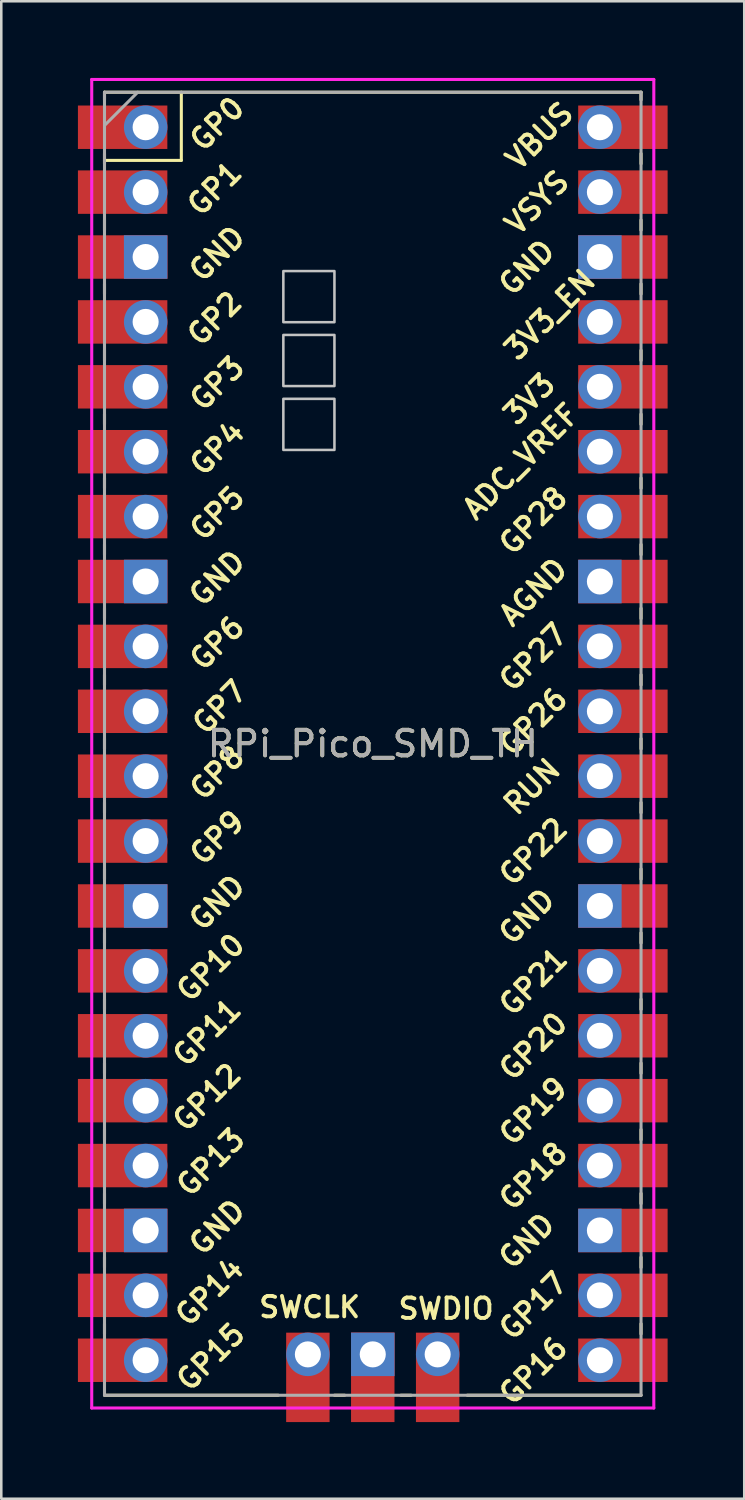
<source format=kicad_pcb>
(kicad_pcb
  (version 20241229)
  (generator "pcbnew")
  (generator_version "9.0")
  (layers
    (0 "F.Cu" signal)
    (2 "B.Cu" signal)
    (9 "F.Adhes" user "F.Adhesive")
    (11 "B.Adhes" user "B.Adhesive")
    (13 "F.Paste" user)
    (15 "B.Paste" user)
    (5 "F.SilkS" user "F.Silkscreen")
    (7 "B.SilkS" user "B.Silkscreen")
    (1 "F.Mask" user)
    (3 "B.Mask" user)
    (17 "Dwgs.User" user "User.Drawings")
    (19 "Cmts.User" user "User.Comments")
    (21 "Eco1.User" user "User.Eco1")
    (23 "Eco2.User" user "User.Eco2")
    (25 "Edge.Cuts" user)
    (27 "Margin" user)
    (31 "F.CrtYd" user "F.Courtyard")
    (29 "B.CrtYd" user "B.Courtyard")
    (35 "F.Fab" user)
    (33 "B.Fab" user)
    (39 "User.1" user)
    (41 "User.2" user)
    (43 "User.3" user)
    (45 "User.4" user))
  (footprint "RPi_Pico_SMD_TH"
    (layer "F.Cu")
    (at 11.54 26.06)
    (property "Reference" "RPi_Pico_SMD_TH" (at 0 0 180) (layer "F.SilkS") (effects (font (size 1 1) (thickness 0.15))))
    (attr through_hole)
    (fp_line (start -10.5 -25.5) (end -10.5 -25.2) (stroke (width 0.12) (type solid)) (layer "F.SilkS"))
    (fp_line (start -10.5 -25.5) (end 10.5 -25.5) (stroke (width 0.12) (type solid)) (layer "F.SilkS"))
    (fp_line (start -10.5 -23.1) (end -10.5 -22.7) (stroke (width 0.12) (type solid)) (layer "F.SilkS"))
    (fp_line (start -10.5 -22.833) (end -7.493 -22.833) (stroke (width 0.12) (type solid)) (layer "F.SilkS"))
    (fp_line (start -10.5 -20.5) (end -10.5 -20.1) (stroke (width 0.12) (type solid)) (layer "F.SilkS"))
    (fp_line (start -10.5 -18) (end -10.5 -17.6) (stroke (width 0.12) (type solid)) (layer "F.SilkS"))
    (fp_line (start -10.5 -15.4) (end -10.5 -15) (stroke (width 0.12) (type solid)) (layer "F.SilkS"))
    (fp_line (start -10.5 -12.9) (end -10.5 -12.5) (stroke (width 0.12) (type solid)) (layer "F.SilkS"))
    (fp_line (start -10.5 -10.4) (end -10.5 -10) (stroke (width 0.12) (type solid)) (layer "F.SilkS"))
    (fp_line (start -10.5 -7.8) (end -10.5 -7.4) (stroke (width 0.12) (type solid)) (layer "F.SilkS"))
    (fp_line (start -10.5 -5.3) (end -10.5 -4.9) (stroke (width 0.12) (type solid)) (layer "F.SilkS"))
    (fp_line (start -10.5 -2.7) (end -10.5 -2.3) (stroke (width 0.12) (type solid)) (layer "F.SilkS"))
    (fp_line (start -10.5 -0.2) (end -10.5 0.2) (stroke (width 0.12) (type solid)) (layer "F.SilkS"))
    (fp_line (start -10.5 2.3) (end -10.5 2.7) (stroke (width 0.12) (type solid)) (layer "F.SilkS"))
    (fp_line (start -10.5 4.9) (end -10.5 5.3) (stroke (width 0.12) (type solid)) (layer "F.SilkS"))
    (fp_line (start -10.5 7.4) (end -10.5 7.8) (stroke (width 0.12) (type solid)) (layer "F.SilkS"))
    (fp_line (start -10.5 10) (end -10.5 10.4) (stroke (width 0.12) (type solid)) (layer "F.SilkS"))
    (fp_line (start -10.5 12.5) (end -10.5 12.9) (stroke (width 0.12) (type solid)) (layer "F.SilkS"))
    (fp_line (start -10.5 15.1) (end -10.5 15.5) (stroke (width 0.12) (type solid)) (layer "F.SilkS"))
    (fp_line (start -10.5 17.6) (end -10.5 18) (stroke (width 0.12) (type solid)) (layer "F.SilkS"))
    (fp_line (start -10.5 20.1) (end -10.5 20.5) (stroke (width 0.12) (type solid)) (layer "F.SilkS"))
    (fp_line (start -10.5 22.7) (end -10.5 23.1) (stroke (width 0.12) (type solid)) (layer "F.SilkS"))
    (fp_line (start -7.493 -22.833) (end -7.493 -25.5) (stroke (width 0.12) (type solid)) (layer "F.SilkS"))
    (fp_line (start -3.7 25.5) (end -10.5 25.5) (stroke (width 0.12) (type solid)) (layer "F.SilkS"))
    (fp_line (start -1.5 25.5) (end -1.1 25.5) (stroke (width 0.12) (type solid)) (layer "F.SilkS"))
    (fp_line (start 1.1 25.5) (end 1.5 25.5) (stroke (width 0.12) (type solid)) (layer "F.SilkS"))
    (fp_line (start 10.5 -25.5) (end 10.5 -25.2) (stroke (width 0.12) (type solid)) (layer "F.SilkS"))
    (fp_line (start 10.5 -23.1) (end 10.5 -22.7) (stroke (width 0.12) (type solid)) (layer "F.SilkS"))
    (fp_line (start 10.5 -20.5) (end 10.5 -20.1) (stroke (width 0.12) (type solid)) (layer "F.SilkS"))
    (fp_line (start 10.5 -18) (end 10.5 -17.6) (stroke (width 0.12) (type solid)) (layer "F.SilkS"))
    (fp_line (start 10.5 -15.4) (end 10.5 -15) (stroke (width 0.12) (type solid)) (layer "F.SilkS"))
    (fp_line (start 10.5 -12.9) (end 10.5 -12.5) (stroke (width 0.12) (type solid)) (layer "F.SilkS"))
    (fp_line (start 10.5 -10.4) (end 10.5 -10) (stroke (width 0.12) (type solid)) (layer "F.SilkS"))
    (fp_line (start 10.5 -7.8) (end 10.5 -7.4) (stroke (width 0.12) (type solid)) (layer "F.SilkS"))
    (fp_line (start 10.5 -5.3) (end 10.5 -4.9) (stroke (width 0.12) (type solid)) (layer "F.SilkS"))
    (fp_line (start 10.5 -2.7) (end 10.5 -2.3) (stroke (width 0.12) (type solid)) (layer "F.SilkS"))
    (fp_line (start 10.5 -0.2) (end 10.5 0.2) (stroke (width 0.12) (type solid)) (layer "F.SilkS"))
    (fp_line (start 10.5 2.3) (end 10.5 2.7) (stroke (width 0.12) (type solid)) (layer "F.SilkS"))
    (fp_line (start 10.5 4.9) (end 10.5 5.3) (stroke (width 0.12) (type solid)) (layer "F.SilkS"))
    (fp_line (start 10.5 7.4) (end 10.5 7.8) (stroke (width 0.12) (type solid)) (layer "F.SilkS"))
    (fp_line (start 10.5 10) (end 10.5 10.4) (stroke (width 0.12) (type solid)) (layer "F.SilkS"))
    (fp_line (start 10.5 12.5) (end 10.5 12.9) (stroke (width 0.12) (type solid)) (layer "F.SilkS"))
    (fp_line (start 10.5 15.1) (end 10.5 15.5) (stroke (width 0.12) (type solid)) (layer "F.SilkS"))
    (fp_line (start 10.5 17.6) (end 10.5 18) (stroke (width 0.12) (type solid)) (layer "F.SilkS"))
    (fp_line (start 10.5 20.1) (end 10.5 20.5) (stroke (width 0.12) (type solid)) (layer "F.SilkS"))
    (fp_line (start 10.5 22.7) (end 10.5 23.1) (stroke (width 0.12) (type solid)) (layer "F.SilkS"))
    (fp_line (start 10.5 25.5) (end 3.7 25.5) (stroke (width 0.12) (type solid)) (layer "F.SilkS"))
    (fp_poly (pts (xy -1.5 -16.5) (xy -3.5 -16.5) (xy -3.5 -18.5) (xy -1.5 -18.5)) (stroke (width 0.1) (type solid)) (fill no) (layer "Dwgs.User"))
    (fp_poly (pts (xy -1.5 -14) (xy -3.5 -14) (xy -3.5 -16) (xy -1.5 -16)) (stroke (width 0.1) (type solid)) (fill no) (layer "Dwgs.User"))
    (fp_poly (pts (xy -1.5 -11.5) (xy -3.5 -11.5) (xy -3.5 -13.5) (xy -1.5 -13.5)) (stroke (width 0.1) (type solid)) (fill no) (layer "Dwgs.User"))
    (fp_line (start -11 -26) (end 11 -26) (stroke (width 0.12) (type solid)) (layer "F.CrtYd"))
    (fp_line (start -11 26) (end -11 -26) (stroke (width 0.12) (type solid)) (layer "F.CrtYd"))
    (fp_line (start 11 -26) (end 11 26) (stroke (width 0.12) (type solid)) (layer "F.CrtYd"))
    (fp_line (start 11 26) (end -11 26) (stroke (width 0.12) (type solid)) (layer "F.CrtYd"))
    (fp_line (start -10.5 -25.5) (end 10.5 -25.5) (stroke (width 0.12) (type solid)) (layer "F.Fab"))
    (fp_line (start -10.5 -24.2) (end -9.2 -25.5) (stroke (width 0.12) (type solid)) (layer "F.Fab"))
    (fp_line (start -10.5 25.5) (end -10.5 -25.5) (stroke (width 0.12) (type solid)) (layer "F.Fab"))
    (fp_line (start 10.5 -25.5) (end 10.5 25.5) (stroke (width 0.12) (type solid)) (layer "F.Fab"))
    (fp_line (start 10.5 25.5) (end -10.5 25.5) (stroke (width 0.12) (type solid)) (layer "F.Fab"))
    (fp_text user "GP8" (at -6.09 1.14 45) (layer "F.SilkS") (effects (font (size 0.8 0.8) (thickness 0.15))))
    (fp_text user "VBUS" (at 6.53 -23.79 45) (layer "F.SilkS") (effects (font (size 0.8 0.8) (thickness 0.15))))
    (fp_text user "GND" (at -6.09 -19.18 45) (layer "F.SilkS") (effects (font (size 0.8 0.8) (thickness 0.15))))
    (fp_text user "GP7" (at -5.99 -1.43 45) (layer "F.SilkS") (effects (font (size 0.8 0.8) (thickness 0.15))))
    (fp_text user "GP13" (at -6.344 16.38 45) (layer "F.SilkS") (effects (font (size 0.8 0.8) (thickness 0.15))))
    (fp_text user "GP2" (at -6.19 -16.64 45) (layer "F.SilkS") (effects (font (size 0.8 0.8) (thickness 0.15))))
    (fp_text user "GP11" (at -6.49 11.3 45) (layer "F.SilkS") (effects (font (size 0.8 0.8) (thickness 0.15))))
    (fp_text user "3V3_EN" (at 6.93 -16.79 45) (layer "F.SilkS") (effects (font (size 0.8 0.8) (thickness 0.15))))
    (fp_text user "GP10" (at -6.344 8.76 45) (layer "F.SilkS") (effects (font (size 0.8 0.8) (thickness 0.15))))
    (fp_text user "GP28" (at 6.284 -8.734 45) (layer "F.SilkS") (effects (font (size 0.8 0.8) (thickness 0.15))))
    (fp_text user "3V3" (at 6.13 -13.49 45) (layer "F.SilkS") (effects (font (size 0.8 0.8) (thickness 0.15))))
    (fp_text user "GP6" (at -6.09 -3.94 45) (layer "F.SilkS") (effects (font (size 0.8 0.8) (thickness 0.15))))
    (fp_text user "GP20" (at 6.284 11.84 45) (layer "F.SilkS") (effects (font (size 0.8 0.8) (thickness 0.15))))
    (fp_text user "GP4" (at -6.09 -11.56 45) (layer "F.SilkS") (effects (font (size 0.8 0.8) (thickness 0.15))))
    (fp_text user "GP0" (at -6.09 -24.26 45) (layer "F.SilkS") (effects (font (size 0.8 0.8) (thickness 0.15))))
    (fp_text user "GP5" (at -6.09 -9.02 45) (layer "F.SilkS") (effects (font (size 0.8 0.8) (thickness 0.15))))
    (fp_text user "GP27" (at 6.284 -3.39 45) (layer "F.SilkS") (effects (font (size 0.8 0.8) (thickness 0.15))))
    (fp_text user "GP1" (at -6.19 -21.73 45) (layer "F.SilkS") (effects (font (size 0.8 0.8) (thickness 0.15))))
    (fp_text user "SWCLK" (at -2.47 22.05 180) (layer "F.SilkS") (effects (font (size 0.8 0.8) (thickness 0.15))))
    (fp_text user "GP12" (at -6.49 13.84 45) (layer "F.SilkS") (effects (font (size 0.8 0.8) (thickness 0.15))))
    (fp_text user "GND" (at -6.09 18.92 45) (layer "F.SilkS") (effects (font (size 0.8 0.8) (thickness 0.15))))
    (fp_text user "GP22" (at 6.284 4.22 45) (layer "F.SilkS") (effects (font (size 0.8 0.8) (thickness 0.15))))
    (fp_text user "GND" (at 6.03 6.76 45) (layer "F.SilkS") (effects (font (size 0.8 0.8) (thickness 0.15))))
    (fp_text user "GP15" (at -6.344 24 45) (layer "F.SilkS") (effects (font (size 0.8 0.8) (thickness 0.15))))
    (fp_text user "SWDIO" (at 2.87 22.11 180) (layer "F.SilkS") (effects (font (size 0.8 0.8) (thickness 0.15))))
    (fp_text user "GP19" (at 6.284 14.38 45) (layer "F.SilkS") (effects (font (size 0.8 0.8) (thickness 0.15))))
    (fp_text user "GP16" (at 6.284 24.54 45) (layer "F.SilkS") (effects (font (size 0.8 0.8) (thickness 0.15))))
    (fp_text user "VSYS" (at 6.43 -21.18 45) (layer "F.SilkS") (effects (font (size 0.8 0.8) (thickness 0.15))))
    (fp_text user "RUN" (at 6.23 1.68 45) (layer "F.SilkS") (effects (font (size 0.8 0.8) (thickness 0.15))))
    (fp_text user "GP17" (at 6.284 22 45) (layer "F.SilkS") (effects (font (size 0.8 0.8) (thickness 0.15))))
    (fp_text user "ADC_VREF" (at 5.8 -11.05 45) (layer "F.SilkS") (effects (font (size 0.8 0.8) (thickness 0.15))))
    (fp_text user "GP14" (at -6.39 21.46 45) (layer "F.SilkS") (effects (font (size 0.8 0.8) (thickness 0.15))))
    (fp_text user "GND" (at -6.09 6.22 45) (layer "F.SilkS") (effects (font (size 0.8 0.8) (thickness 0.15))))
    (fp_text user "GP18" (at 6.284 16.92 45) (layer "F.SilkS") (effects (font (size 0.8 0.8) (thickness 0.15))))
    (fp_text user "GND" (at 6.03 19.46 45) (layer "F.SilkS") (effects (font (size 0.8 0.8) (thickness 0.15))))
    (fp_text user "GP21" (at 6.284 9.31 45) (layer "F.SilkS") (effects (font (size 0.8 0.8) (thickness 0.15))))
    (fp_text user "GP3" (at -6.09 -14.1 45) (layer "F.SilkS") (effects (font (size 0.8 0.8) (thickness 0.15))))
    (fp_text user "GP9" (at -6.09 3.68 45) (layer "F.SilkS") (effects (font (size 0.8 0.8) (thickness 0.15))))
    (fp_text user "GND" (at -6.09 -6.48 45) (layer "F.SilkS") (effects (font (size 0.8 0.8) (thickness 0.15))))
    (fp_text user "AGND" (at 6.284 -5.94 45) (layer "F.SilkS") (effects (font (size 0.8 0.8) (thickness 0.15))))
    (fp_text user "GP26" (at 6.284 -0.86 45) (layer "F.SilkS") (effects (font (size 0.8 0.8) (thickness 0.15))))
    (fp_text user "GND" (at 6.03 -18.64 45) (layer "F.SilkS") (effects (font (size 0.8 0.8) (thickness 0.15))))
    (fp_text user "${REFERENCE}" (at 0 0 0) (layer "F.Fab") (effects (font (size 1 1) (thickness 0.15))))
    (pad "1" thru_hole oval (at -8.89 -24.13) (size 1.7 1.7) (drill 1.02) (layers "*.Cu" "*.Mask"))
    (pad "1" smd rect (at -8.89 -24.13) (size 3.5 1.7) (drill (offset -0.9 0)) (layers "F.Cu" "F.Mask"))
    (pad "2" thru_hole oval (at -8.89 -21.59) (size 1.7 1.7) (drill 1.02) (layers "*.Cu" "*.Mask"))
    (pad "2" smd rect (at -8.89 -21.59) (size 3.5 1.7) (drill (offset -0.9 0)) (layers "F.Cu" "F.Mask"))
    (pad "3" thru_hole rect (at -8.89 -19.05) (size 1.7 1.7) (drill 1.02) (layers "*.Cu" "*.Mask"))
    (pad "3" smd rect (at -8.89 -19.05) (size 3.5 1.7) (drill (offset -0.9 0)) (layers "F.Cu" "F.Mask"))
    (pad "4" thru_hole oval (at -8.89 -16.51) (size 1.7 1.7) (drill 1.02) (layers "*.Cu" "*.Mask"))
    (pad "4" smd rect (at -8.89 -16.51) (size 3.5 1.7) (drill (offset -0.9 0)) (layers "F.Cu" "F.Mask"))
    (pad "5" thru_hole oval (at -8.89 -13.97) (size 1.7 1.7) (drill 1.02) (layers "*.Cu" "*.Mask"))
    (pad "5" smd rect (at -8.89 -13.97) (size 3.5 1.7) (drill (offset -0.9 0)) (layers "F.Cu" "F.Mask"))
    (pad "6" thru_hole oval (at -8.89 -11.43) (size 1.7 1.7) (drill 1.02) (layers "*.Cu" "*.Mask"))
    (pad "6" smd rect (at -8.89 -11.43) (size 3.5 1.7) (drill (offset -0.9 0)) (layers "F.Cu" "F.Mask"))
    (pad "7" thru_hole oval (at -8.89 -8.89) (size 1.7 1.7) (drill 1.02) (layers "*.Cu" "*.Mask"))
    (pad "7" smd rect (at -8.89 -8.89) (size 3.5 1.7) (drill (offset -0.9 0)) (layers "F.Cu" "F.Mask"))
    (pad "8" thru_hole rect (at -8.89 -6.35) (size 1.7 1.7) (drill 1.02) (layers "*.Cu" "*.Mask"))
    (pad "8" smd rect (at -8.89 -6.35) (size 3.5 1.7) (drill (offset -0.9 0)) (layers "F.Cu" "F.Mask"))
    (pad "9" thru_hole oval (at -8.89 -3.81) (size 1.7 1.7) (drill 1.02) (layers "*.Cu" "*.Mask"))
    (pad "9" smd rect (at -8.89 -3.81) (size 3.5 1.7) (drill (offset -0.9 0)) (layers "F.Cu" "F.Mask"))
    (pad "10" thru_hole oval (at -8.89 -1.27) (size 1.7 1.7) (drill 1.02) (layers "*.Cu" "*.Mask"))
    (pad "10" smd rect (at -8.89 -1.27) (size 3.5 1.7) (drill (offset -0.9 0)) (layers "F.Cu" "F.Mask"))
    (pad "11" thru_hole oval (at -8.89 1.27) (size 1.7 1.7) (drill 1.02) (layers "*.Cu" "*.Mask"))
    (pad "11" smd rect (at -8.89 1.27) (size 3.5 1.7) (drill (offset -0.9 0)) (layers "F.Cu" "F.Mask"))
    (pad "12" thru_hole oval (at -8.89 3.81) (size 1.7 1.7) (drill 1.02) (layers "*.Cu" "*.Mask"))
    (pad "12" smd rect (at -8.89 3.81) (size 3.5 1.7) (drill (offset -0.9 0)) (layers "F.Cu" "F.Mask"))
    (pad "13" thru_hole rect (at -8.89 6.35) (size 1.7 1.7) (drill 1.02) (layers "*.Cu" "*.Mask"))
    (pad "13" smd rect (at -8.89 6.35) (size 3.5 1.7) (drill (offset -0.9 0)) (layers "F.Cu" "F.Mask"))
    (pad "14" thru_hole oval (at -8.89 8.89) (size 1.7 1.7) (drill 1.02) (layers "*.Cu" "*.Mask"))
    (pad "14" smd rect (at -8.89 8.89) (size 3.5 1.7) (drill (offset -0.9 0)) (layers "F.Cu" "F.Mask"))
    (pad "15" thru_hole oval (at -8.89 11.43) (size 1.7 1.7) (drill 1.02) (layers "*.Cu" "*.Mask"))
    (pad "15" smd rect (at -8.89 11.43) (size 3.5 1.7) (drill (offset -0.9 0)) (layers "F.Cu" "F.Mask"))
    (pad "16" thru_hole oval (at -8.89 13.97) (size 1.7 1.7) (drill 1.02) (layers "*.Cu" "*.Mask"))
    (pad "16" smd rect (at -8.89 13.97) (size 3.5 1.7) (drill (offset -0.9 0)) (layers "F.Cu" "F.Mask"))
    (pad "17" thru_hole oval (at -8.89 16.51) (size 1.7 1.7) (drill 1.02) (layers "*.Cu" "*.Mask"))
    (pad "17" smd rect (at -8.89 16.51) (size 3.5 1.7) (drill (offset -0.9 0)) (layers "F.Cu" "F.Mask"))
    (pad "18" thru_hole rect (at -8.89 19.05) (size 1.7 1.7) (drill 1.02) (layers "*.Cu" "*.Mask"))
    (pad "18" smd rect (at -8.89 19.05) (size 3.5 1.7) (drill (offset -0.9 0)) (layers "F.Cu" "F.Mask"))
    (pad "19" thru_hole oval (at -8.89 21.59) (size 1.7 1.7) (drill 1.02) (layers "*.Cu" "*.Mask"))
    (pad "19" smd rect (at -8.89 21.59) (size 3.5 1.7) (drill (offset -0.9 0)) (layers "F.Cu" "F.Mask"))
    (pad "20" thru_hole oval (at -8.89 24.13) (size 1.7 1.7) (drill 1.02) (layers "*.Cu" "*.Mask"))
    (pad "20" smd rect (at -8.89 24.13) (size 3.5 1.7) (drill (offset -0.9 0)) (layers "F.Cu" "F.Mask"))
    (pad "21" thru_hole oval (at 8.89 24.13) (size 1.7 1.7) (drill 1.02) (layers "*.Cu" "*.Mask"))
    (pad "21" smd rect (at 8.89 24.13) (size 3.5 1.7) (drill (offset 0.9 0)) (layers "F.Cu" "F.Mask"))
    (pad "22" thru_hole oval (at 8.89 21.59) (size 1.7 1.7) (drill 1.02) (layers "*.Cu" "*.Mask"))
    (pad "22" smd rect (at 8.89 21.59) (size 3.5 1.7) (drill (offset 0.9 0)) (layers "F.Cu" "F.Mask"))
    (pad "23" thru_hole rect (at 8.89 19.05) (size 1.7 1.7) (drill 1.02) (layers "*.Cu" "*.Mask"))
    (pad "23" smd rect (at 8.89 19.05) (size 3.5 1.7) (drill (offset 0.9 0)) (layers "F.Cu" "F.Mask"))
    (pad "24" thru_hole oval (at 8.89 16.51) (size 1.7 1.7) (drill 1.02) (layers "*.Cu" "*.Mask"))
    (pad "24" smd rect (at 8.89 16.51) (size 3.5 1.7) (drill (offset 0.9 0)) (layers "F.Cu" "F.Mask"))
    (pad "25" thru_hole oval (at 8.89 13.97) (size 1.7 1.7) (drill 1.02) (layers "*.Cu" "*.Mask"))
    (pad "25" smd rect (at 8.89 13.97) (size 3.5 1.7) (drill (offset 0.9 0)) (layers "F.Cu" "F.Mask"))
    (pad "26" thru_hole oval (at 8.89 11.43) (size 1.7 1.7) (drill 1.02) (layers "*.Cu" "*.Mask"))
    (pad "26" smd rect (at 8.89 11.43) (size 3.5 1.7) (drill (offset 0.9 0)) (layers "F.Cu" "F.Mask"))
    (pad "27" thru_hole oval (at 8.89 8.89) (size 1.7 1.7) (drill 1.02) (layers "*.Cu" "*.Mask"))
    (pad "27" smd rect (at 8.89 8.89) (size 3.5 1.7) (drill (offset 0.9 0)) (layers "F.Cu" "F.Mask"))
    (pad "28" thru_hole rect (at 8.89 6.35) (size 1.7 1.7) (drill 1.02) (layers "*.Cu" "*.Mask"))
    (pad "28" smd rect (at 8.89 6.35) (size 3.5 1.7) (drill (offset 0.9 0)) (layers "F.Cu" "F.Mask"))
    (pad "29" thru_hole oval (at 8.89 3.81) (size 1.7 1.7) (drill 1.02) (layers "*.Cu" "*.Mask"))
    (pad "29" smd rect (at 8.89 3.81) (size 3.5 1.7) (drill (offset 0.9 0)) (layers "F.Cu" "F.Mask"))
    (pad "30" thru_hole oval (at 8.89 1.27) (size 1.7 1.7) (drill 1.02) (layers "*.Cu" "*.Mask"))
    (pad "30" smd rect (at 8.89 1.27) (size 3.5 1.7) (drill (offset 0.9 0)) (layers "F.Cu" "F.Mask"))
    (pad "31" thru_hole oval (at 8.89 -1.27) (size 1.7 1.7) (drill 1.02) (layers "*.Cu" "*.Mask"))
    (pad "31" smd rect (at 8.89 -1.27) (size 3.5 1.7) (drill (offset 0.9 0)) (layers "F.Cu" "F.Mask"))
    (pad "32" thru_hole oval (at 8.89 -3.81) (size 1.7 1.7) (drill 1.02) (layers "*.Cu" "*.Mask"))
    (pad "32" smd rect (at 8.89 -3.81) (size 3.5 1.7) (drill (offset 0.9 0)) (layers "F.Cu" "F.Mask"))
    (pad "33" thru_hole rect (at 8.89 -6.35) (size 1.7 1.7) (drill 1.02) (layers "*.Cu" "*.Mask"))
    (pad "33" smd rect (at 8.89 -6.35) (size 3.5 1.7) (drill (offset 0.9 0)) (layers "F.Cu" "F.Mask"))
    (pad "34" thru_hole oval (at 8.89 -8.89) (size 1.7 1.7) (drill 1.02) (layers "*.Cu" "*.Mask"))
    (pad "34" smd rect (at 8.89 -8.89) (size 3.5 1.7) (drill (offset 0.9 0)) (layers "F.Cu" "F.Mask"))
    (pad "35" thru_hole oval (at 8.89 -11.43) (size 1.7 1.7) (drill 1.02) (layers "*.Cu" "*.Mask"))
    (pad "35" smd rect (at 8.89 -11.43) (size 3.5 1.7) (drill (offset 0.9 0)) (layers "F.Cu" "F.Mask"))
    (pad "36" thru_hole oval (at 8.89 -13.97) (size 1.7 1.7) (drill 1.02) (layers "*.Cu" "*.Mask"))
    (pad "36" smd rect (at 8.89 -13.97) (size 3.5 1.7) (drill (offset 0.9 0)) (layers "F.Cu" "F.Mask"))
    (pad "37" thru_hole oval (at 8.89 -16.51) (size 1.7 1.7) (drill 1.02) (layers "*.Cu" "*.Mask"))
    (pad "37" smd rect (at 8.89 -16.51) (size 3.5 1.7) (drill (offset 0.9 0)) (layers "F.Cu" "F.Mask"))
    (pad "38" thru_hole rect (at 8.89 -19.05) (size 1.7 1.7) (drill 1.02) (layers "*.Cu" "*.Mask"))
    (pad "38" smd rect (at 8.89 -19.05) (size 3.5 1.7) (drill (offset 0.9 0)) (layers "F.Cu" "F.Mask"))
    (pad "39" thru_hole oval (at 8.89 -21.59) (size 1.7 1.7) (drill 1.02) (layers "*.Cu" "*.Mask"))
    (pad "39" smd rect (at 8.89 -21.59) (size 3.5 1.7) (drill (offset 0.9 0)) (layers "F.Cu" "F.Mask"))
    (pad "40" thru_hole oval (at 8.89 -24.13) (size 1.7 1.7) (drill 1.02) (layers "*.Cu" "*.Mask"))
    (pad "40" smd rect (at 8.89 -24.13) (size 3.5 1.7) (drill (offset 0.9 0)) (layers "F.Cu" "F.Mask"))
    (pad "41" thru_hole oval (at -2.54 23.9) (size 1.7 1.7) (drill 1.02) (layers "*.Cu" "*.Mask"))
    (pad "41" smd rect (at -2.54 23.9 90) (size 3.5 1.7) (drill (offset -0.9 0)) (layers "F.Cu" "F.Mask"))
    (pad "42" thru_hole rect (at 0 23.9) (size 1.7 1.7) (drill 1.02) (layers "*.Cu" "*.Mask"))
    (pad "42" smd rect (at 0 23.9 90) (size 3.5 1.7) (drill (offset -0.9 0)) (layers "F.Cu" "F.Mask"))
    (pad "43" thru_hole oval (at 2.54 23.9) (size 1.7 1.7) (drill 1.02) (layers "*.Cu" "*.Mask"))
    (pad "43" smd rect (at 2.54 23.9 90) (size 3.5 1.7) (drill (offset -0.9 0)) (layers "F.Cu" "F.Mask")))
  (gr_rect
    (start -3 -3)
    (end 26.08 55.61)
    (stroke (width 0.1) (type default))
    (fill no)
    (layer "Edge.Cuts")))
</source>
